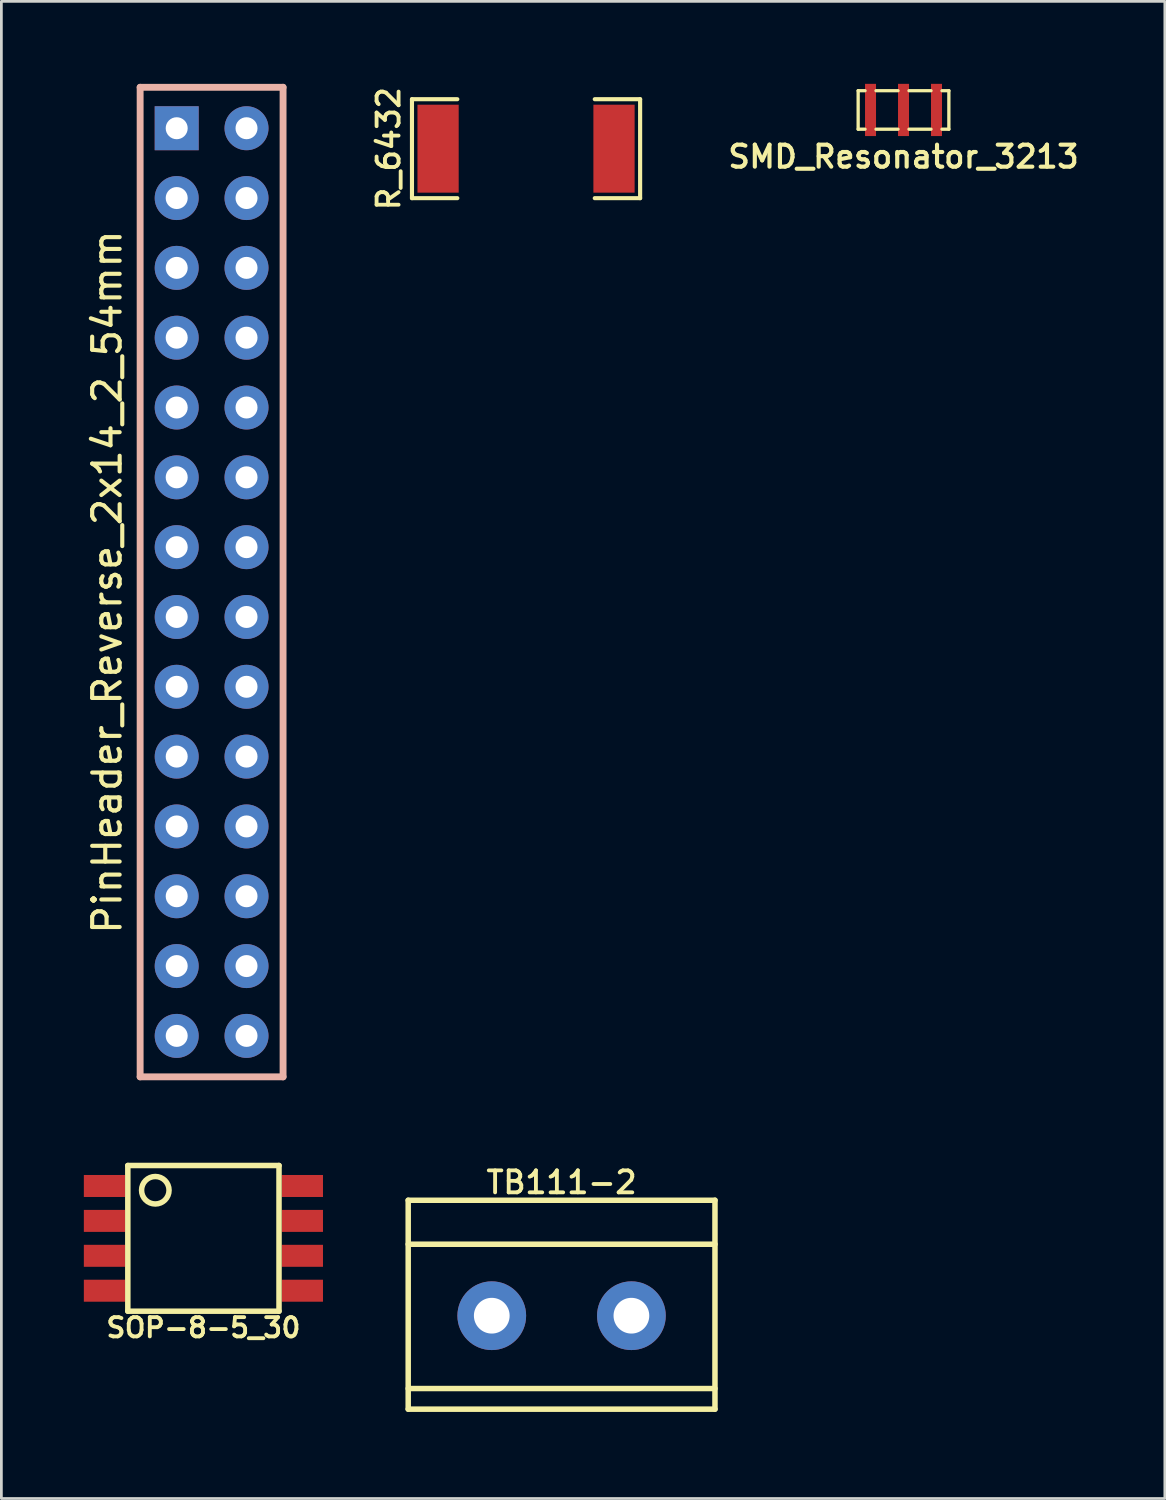
<source format=kicad_pcb>
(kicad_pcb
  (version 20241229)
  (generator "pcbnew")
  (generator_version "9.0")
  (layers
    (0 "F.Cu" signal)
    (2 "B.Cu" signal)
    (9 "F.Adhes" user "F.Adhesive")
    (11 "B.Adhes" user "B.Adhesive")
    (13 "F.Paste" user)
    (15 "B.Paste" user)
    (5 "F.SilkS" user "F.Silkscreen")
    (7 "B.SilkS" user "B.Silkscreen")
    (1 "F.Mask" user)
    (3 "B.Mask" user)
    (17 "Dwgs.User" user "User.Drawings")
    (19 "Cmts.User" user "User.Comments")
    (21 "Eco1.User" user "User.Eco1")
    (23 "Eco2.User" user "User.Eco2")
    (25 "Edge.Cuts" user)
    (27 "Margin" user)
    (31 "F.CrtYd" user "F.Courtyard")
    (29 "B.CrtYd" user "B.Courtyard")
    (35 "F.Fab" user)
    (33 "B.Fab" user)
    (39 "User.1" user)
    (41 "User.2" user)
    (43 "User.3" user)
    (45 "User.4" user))
  (footprint "SOP-8-5_30"
    (layer "F.Cu")
    (at 4.35 42)
    (property "Reference" "SOP-8-5_30" (at 0 3.25 0) (layer "F.SilkS") (effects (font (size 0.7 0.7) (thickness 0.14))))
    (attr smd)
    (fp_line (start -2.75 -2.65) (end 2.75 -2.65) (stroke (width 0.2) (type solid)) (layer "F.SilkS"))
    (fp_line (start -2.75 2.65) (end -2.75 -2.65) (stroke (width 0.2) (type solid)) (layer "F.SilkS"))
    (fp_line (start 2.75 -2.65) (end 2.75 2.65) (stroke (width 0.2) (type solid)) (layer "F.SilkS"))
    (fp_line (start 2.75 2.65) (end -2.75 2.65) (stroke (width 0.2) (type solid)) (layer "F.SilkS"))
    (fp_circle (center -1.75 -1.75) (end -1.25 -1.75) (stroke (width 0.2) (type solid)) (fill no) (layer "F.SilkS"))
    (pad "1" smd rect (at -3.6 -1.905) (size 1.5 0.8) (layers "F.Cu" "F.Mask" "F.Paste"))
    (pad "2" smd rect (at -3.6 -0.635) (size 1.5 0.8) (layers "F.Cu" "F.Mask" "F.Paste"))
    (pad "3" smd rect (at -3.6 0.635) (size 1.5 0.8) (layers "F.Cu" "F.Mask" "F.Paste"))
    (pad "4" smd rect (at -3.6 1.905) (size 1.5 0.8) (layers "F.Cu" "F.Mask" "F.Paste"))
    (pad "5" smd rect (at 3.6 1.905) (size 1.5 0.8) (layers "F.Cu" "F.Mask" "F.Paste"))
    (pad "6" smd rect (at 3.6 0.635) (size 1.5 0.8) (layers "F.Cu" "F.Mask" "F.Paste"))
    (pad "7" smd rect (at 3.6 -0.635) (size 1.5 0.8) (layers "F.Cu" "F.Mask" "F.Paste"))
    (pad "8" smd rect (at 3.6 -1.905) (size 1.5 0.8) (layers "F.Cu" "F.Mask" "F.Paste")))
  (footprint "R_6432"
    (layer "F.Cu")
    (at 16.087 2.359)
    (property "Reference" "R_6432" (at -5 0 90) (layer "F.SilkS") (effects (font (size 0.8 0.8) (thickness 0.14))))
    (attr through_hole)
    (fp_line (start -4.15 -1.8) (end -2.5 -1.8) (stroke (width 0.15) (type solid)) (layer "F.SilkS"))
    (fp_line (start -4.15 1.8) (end -4.15 -1.8) (stroke (width 0.15) (type solid)) (layer "F.SilkS"))
    (fp_line (start -2.5 1.8) (end -4.15 1.8) (stroke (width 0.15) (type solid)) (layer "F.SilkS"))
    (fp_line (start 2.5 -1.8) (end 4.15 -1.8) (stroke (width 0.15) (type solid)) (layer "F.SilkS"))
    (fp_line (start 2.5 1.8) (end 4.15 1.8) (stroke (width 0.15) (type solid)) (layer "F.SilkS"))
    (fp_line (start 4.15 -1.8) (end 4.15 1.8) (stroke (width 0.15) (type solid)) (layer "F.SilkS"))
    (pad "" smd roundrect (at -3.2 -0.8) (size 1.3 1.3) (layers "F.Paste") (roundrect_rratio 0.25))
    (pad "" smd roundrect (at -3.2 0.8) (size 1.3 1.3) (layers "F.Paste") (roundrect_rratio 0.25))
    (pad "" smd roundrect (at 3.2 -0.8) (size 1.3 1.3) (layers "F.Paste") (roundrect_rratio 0.25))
    (pad "" smd roundrect (at 3.2 0.8) (size 1.3 1.3) (layers "F.Paste") (roundrect_rratio 0.25))
    (pad "1" smd rect (at -3.2 0) (size 1.5 3.2) (layers "F.Cu" "F.Mask"))
    (pad "2" smd rect (at 3.2 0) (size 1.5 3.2) (layers "F.Cu" "F.Mask")))
  (footprint "PinHeader_Reverse_2x14_2_54mm"
    (layer "F.Cu")
    (at 4.648 18.125)
    (property "Reference" "PinHeader_Reverse_2x14_2_54mm" (at -3.8 0 270) (layer "F.SilkS") (effects (font (size 1 1) (thickness 0.15))))
    (attr through_hole)
    (fp_line (start -2.6 -18) (end 2.6 -18) (stroke (width 0.25) (type solid)) (layer "B.SilkS"))
    (fp_line (start -2.6 18) (end -2.6 -18) (stroke (width 0.25) (type solid)) (layer "B.SilkS"))
    (fp_line (start 2.6 -18) (end 2.6 18) (stroke (width 0.25) (type solid)) (layer "B.SilkS"))
    (fp_line (start 2.6 18) (end -2.6 18) (stroke (width 0.25) (type solid)) (layer "B.SilkS"))
    (pad "1" thru_hole rect (at -1.27 -16.51 270) (size 1.6 1.6) (drill 0.8) (layers "*.Cu" "*.Mask"))
    (pad "2" thru_hole circle (at 1.27 -16.51 270) (size 1.6 1.6) (drill 0.8) (layers "*.Cu" "*.Mask"))
    (pad "3" thru_hole circle (at -1.27 -13.97 270) (size 1.6 1.6) (drill 0.8) (layers "*.Cu" "*.Mask"))
    (pad "4" thru_hole circle (at 1.27 -13.97 270) (size 1.6 1.6) (drill 0.8) (layers "*.Cu" "*.Mask"))
    (pad "5" thru_hole circle (at -1.27 -11.43 270) (size 1.6 1.6) (drill 0.8) (layers "*.Cu" "*.Mask"))
    (pad "6" thru_hole circle (at 1.27 -11.43 270) (size 1.6 1.6) (drill 0.8) (layers "*.Cu" "*.Mask"))
    (pad "7" thru_hole circle (at -1.27 -8.89 270) (size 1.6 1.6) (drill 0.8) (layers "*.Cu" "*.Mask"))
    (pad "8" thru_hole circle (at 1.27 -8.89 270) (size 1.6 1.6) (drill 0.8) (layers "*.Cu" "*.Mask"))
    (pad "9" thru_hole circle (at -1.27 -6.35 270) (size 1.6 1.6) (drill 0.8) (layers "*.Cu" "*.Mask"))
    (pad "10" thru_hole circle (at 1.27 -6.35 270) (size 1.6 1.6) (drill 0.8) (layers "*.Cu" "*.Mask"))
    (pad "11" thru_hole circle (at -1.27 -3.81 270) (size 1.6 1.6) (drill 0.8) (layers "*.Cu" "*.Mask"))
    (pad "12" thru_hole circle (at 1.27 -3.81 270) (size 1.6 1.6) (drill 0.8) (layers "*.Cu" "*.Mask"))
    (pad "13" thru_hole circle (at -1.27 -1.27 270) (size 1.6 1.6) (drill 0.8) (layers "*.Cu" "*.Mask"))
    (pad "14" thru_hole circle (at 1.27 -1.27 270) (size 1.6 1.6) (drill 0.8) (layers "*.Cu" "*.Mask"))
    (pad "15" thru_hole circle (at -1.27 1.27 270) (size 1.6 1.6) (drill 0.8) (layers "*.Cu" "*.Mask"))
    (pad "16" thru_hole circle (at 1.27 1.27 270) (size 1.6 1.6) (drill 0.8) (layers "*.Cu" "*.Mask"))
    (pad "17" thru_hole circle (at -1.27 3.81 270) (size 1.6 1.6) (drill 0.8) (layers "*.Cu" "*.Mask"))
    (pad "18" thru_hole circle (at 1.27 3.81 270) (size 1.6 1.6) (drill 0.8) (layers "*.Cu" "*.Mask"))
    (pad "19" thru_hole circle (at -1.27 6.35 270) (size 1.6 1.6) (drill 0.8) (layers "*.Cu" "*.Mask"))
    (pad "20" thru_hole circle (at 1.27 6.35 270) (size 1.6 1.6) (drill 0.8) (layers "*.Cu" "*.Mask"))
    (pad "21" thru_hole circle (at -1.27 8.89 270) (size 1.6 1.6) (drill 0.8) (layers "*.Cu" "*.Mask"))
    (pad "22" thru_hole circle (at 1.27 8.89 270) (size 1.6 1.6) (drill 0.8) (layers "*.Cu" "*.Mask"))
    (pad "23" thru_hole circle (at -1.27 11.43 270) (size 1.6 1.6) (drill 0.8) (layers "*.Cu" "*.Mask"))
    (pad "24" thru_hole circle (at 1.27 11.43 270) (size 1.6 1.6) (drill 0.8) (layers "*.Cu" "*.Mask"))
    (pad "25" thru_hole circle (at -1.27 13.97 270) (size 1.6 1.6) (drill 0.8) (layers "*.Cu" "*.Mask"))
    (pad "26" thru_hole circle (at 1.27 13.97 270) (size 1.6 1.6) (drill 0.8) (layers "*.Cu" "*.Mask"))
    (pad "27" thru_hole circle (at -1.27 16.51 270) (size 1.6 1.6) (drill 0.8) (layers "*.Cu" "*.Mask"))
    (pad "28" thru_hole circle (at 1.27 16.51 270) (size 1.6 1.6) (drill 0.8) (layers "*.Cu" "*.Mask")))
  (footprint "SMD_Resonator_3213"
    (layer "F.Cu")
    (at 29.819 0.95)
    (property "Reference" "SMD_Resonator_3213" (at 0 1.7 0) (layer "F.SilkS") (effects (font (size 0.8 0.8) (thickness 0.15))))
    (attr smd)
    (fp_line (start -1.65 -0.7) (end -1.4 -0.7) (stroke (width 0.12) (type solid)) (layer "F.SilkS"))
    (fp_line (start -1.65 0.7) (end -1.65 -0.7) (stroke (width 0.12) (type solid)) (layer "F.SilkS"))
    (fp_line (start -1.4 0.7) (end -1.65 0.7) (stroke (width 0.12) (type solid)) (layer "F.SilkS"))
    (fp_line (start -1 -0.7) (end -0.2 -0.7) (stroke (width 0.12) (type solid)) (layer "F.SilkS"))
    (fp_line (start -0.2 0.7) (end -1 0.7) (stroke (width 0.12) (type solid)) (layer "F.SilkS"))
    (fp_line (start 0.2 -0.7) (end 1 -0.7) (stroke (width 0.12) (type solid)) (layer "F.SilkS"))
    (fp_line (start 1 0.7) (end 0.2 0.7) (stroke (width 0.12) (type solid)) (layer "F.SilkS"))
    (fp_line (start 1.4 -0.7) (end 1.65 -0.7) (stroke (width 0.12) (type solid)) (layer "F.SilkS"))
    (fp_line (start 1.65 -0.7) (end 1.65 0.7) (stroke (width 0.12) (type solid)) (layer "F.SilkS"))
    (fp_line (start 1.65 0.7) (end 1.4 0.7) (stroke (width 0.12) (type solid)) (layer "F.SilkS"))
    (pad "1" smd rect (at -1.2 0) (size 0.4 1.9) (layers "F.Cu" "F.Mask" "F.Paste"))
    (pad "2" smd rect (at 0 0) (size 0.4 1.9) (layers "F.Cu" "F.Mask" "F.Paste"))
    (pad "3" smd rect (at 1.2 0) (size 0.4 1.9) (layers "F.Cu" "F.Mask" "F.Paste")))
  (footprint "TB111-2"
    (layer "F.Cu")
    (at 17.38 48.214)
    (property "Reference" "TB111-2" (at 0 -8.25 0) (layer "F.SilkS") (effects (font (size 0.8 0.8) (thickness 0.14))))
    (attr through_hole)
    (fp_line (start -5.58 -7.6) (end 5.58 -7.6) (stroke (width 0.2) (type solid)) (layer "F.SilkS"))
    (fp_line (start -5.58 -6) (end 5.58 -6) (stroke (width 0.2) (type solid)) (layer "F.SilkS"))
    (fp_line (start -5.58 -0.75) (end 5.58 -0.75) (stroke (width 0.2) (type solid)) (layer "F.SilkS"))
    (fp_line (start -5.58 0) (end -5.58 -7.6) (stroke (width 0.2) (type solid)) (layer "F.SilkS"))
    (fp_line (start -5.58 0) (end 5.58 0) (stroke (width 0.2) (type solid)) (layer "F.SilkS"))
    (fp_line (start 5.58 0) (end 5.58 -7.6) (stroke (width 0.2) (type solid)) (layer "F.SilkS"))
    (pad "1" thru_hole circle (at -2.54 -3.4) (size 2.5 2.5) (drill 1.3) (layers "*.Cu" "*.Mask"))
    (pad "2" thru_hole circle (at 2.54 -3.4) (size 2.5 2.5) (drill 1.3) (layers "*.Cu" "*.Mask")))
  (gr_rect
    (start -3 -3)
    (end 39.326 51.464)
    (stroke (width 0.1) (type default))
    (fill no)
    (layer "Edge.Cuts")))
</source>
